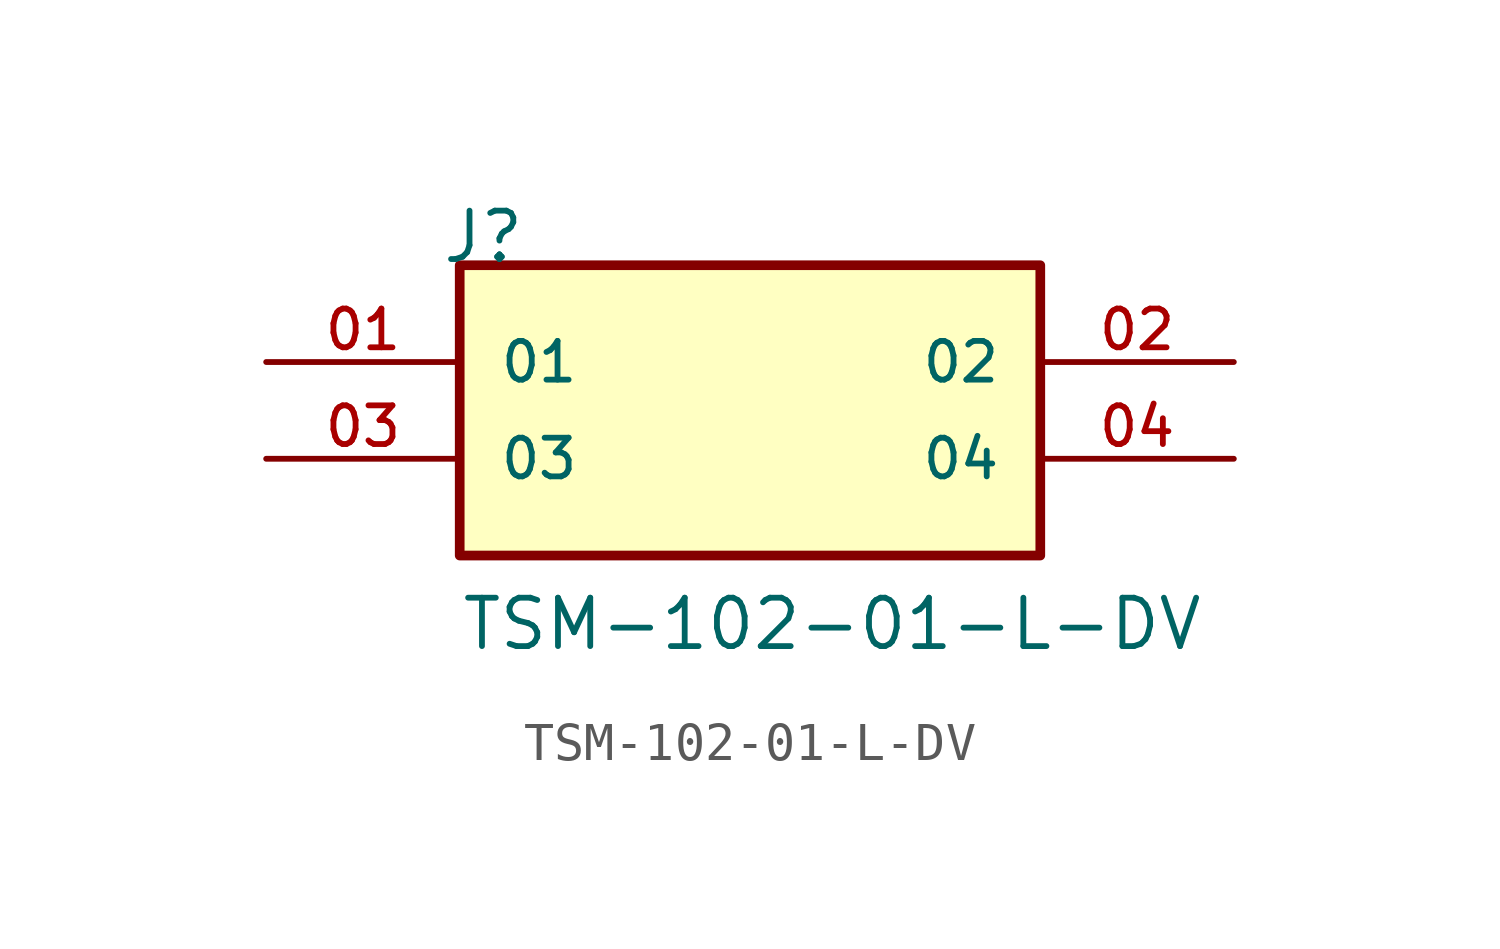
<source format=kicad_sym>
(kicad_symbol_lib
  (version 20211014)
  (generator kicad_symbol_editor)
  (symbol "TSM-102-01-L-DV"
    (pin_names
      (offset 1.016))
    (property "Reference" "J"
      (at -8.128 5.08 0)
      (effects (font (size 1.27 1.27)) (justify left bottom)))
    (property "Value" "TSM-102-01-L-DV"
      (at -7.62 -5.08 0)
      (effects (font (size 1.27 1.27)) (justify left bottom)))
    (symbol "TSM-102-01-L-DV_0_0"
      (rectangle (start -7.62 -2.54) (end 7.62 5.08) (stroke (width 0.254) (type default) (color 0 0 0 0)) (fill (type background)))
      (pin passive line (at -12.7 2.54 0) (length 5.08) (name "01" (effects (font (size 1.016 1.016)))) (number "01" (effects (font (size 1.016 1.016)))))
      (pin passive line (at 12.7 2.54 180) (length 5.08) (name "02" (effects (font (size 1.016 1.016)))) (number "02" (effects (font (size 1.016 1.016)))))
      (pin passive line (at -12.7 0 0) (length 5.08) (name "03" (effects (font (size 1.016 1.016)))) (number "03" (effects (font (size 1.016 1.016)))))
      (pin passive line (at 12.7 0 180) (length 5.08) (name "04" (effects (font (size 1.016 1.016)))) (number "04" (effects (font (size 1.016 1.016))))))))
</source>
